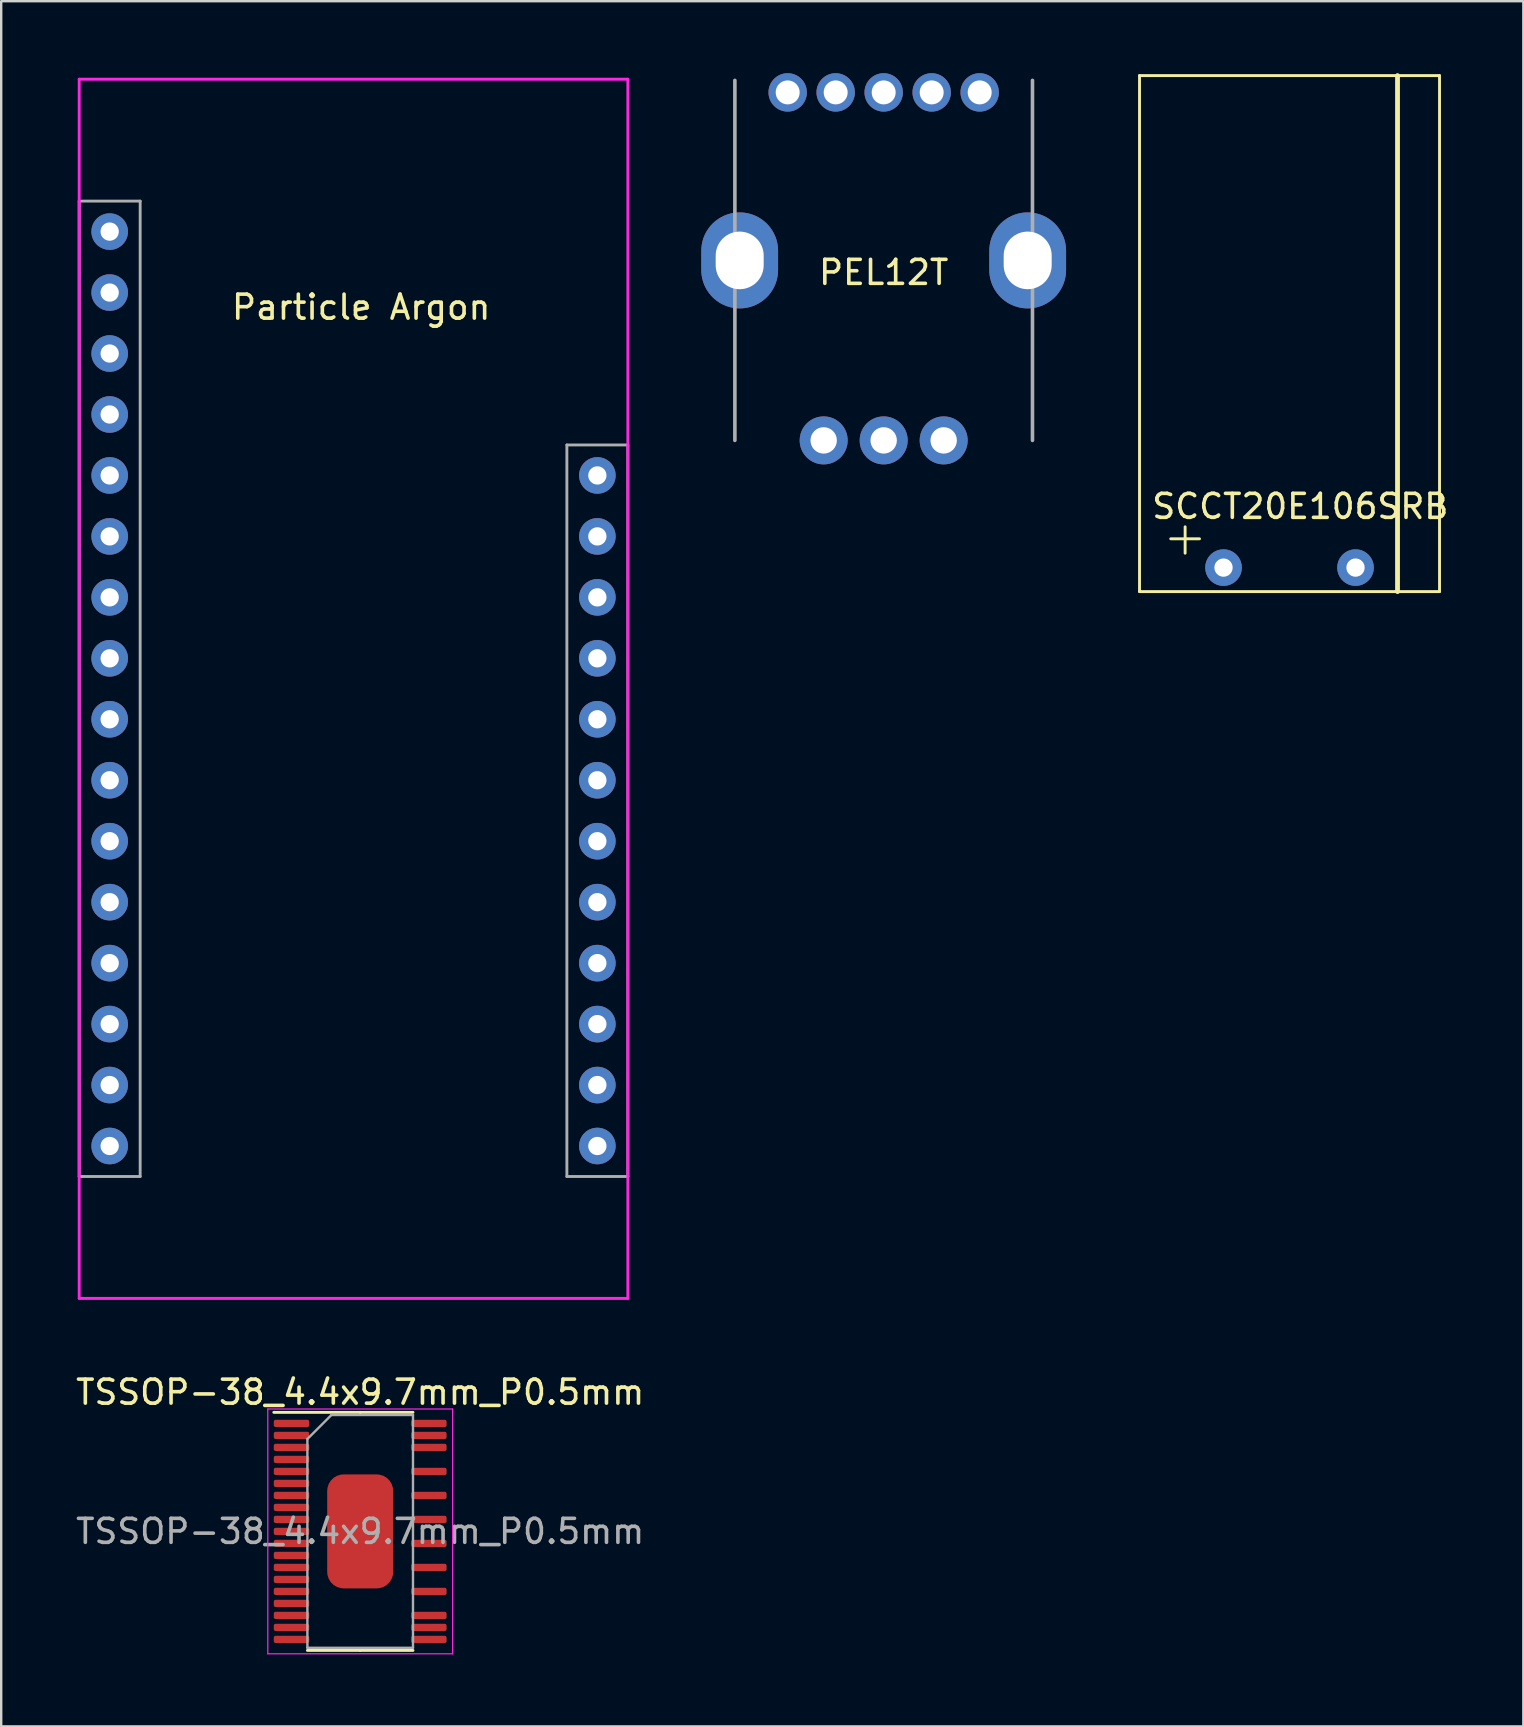
<source format=kicad_pcb>
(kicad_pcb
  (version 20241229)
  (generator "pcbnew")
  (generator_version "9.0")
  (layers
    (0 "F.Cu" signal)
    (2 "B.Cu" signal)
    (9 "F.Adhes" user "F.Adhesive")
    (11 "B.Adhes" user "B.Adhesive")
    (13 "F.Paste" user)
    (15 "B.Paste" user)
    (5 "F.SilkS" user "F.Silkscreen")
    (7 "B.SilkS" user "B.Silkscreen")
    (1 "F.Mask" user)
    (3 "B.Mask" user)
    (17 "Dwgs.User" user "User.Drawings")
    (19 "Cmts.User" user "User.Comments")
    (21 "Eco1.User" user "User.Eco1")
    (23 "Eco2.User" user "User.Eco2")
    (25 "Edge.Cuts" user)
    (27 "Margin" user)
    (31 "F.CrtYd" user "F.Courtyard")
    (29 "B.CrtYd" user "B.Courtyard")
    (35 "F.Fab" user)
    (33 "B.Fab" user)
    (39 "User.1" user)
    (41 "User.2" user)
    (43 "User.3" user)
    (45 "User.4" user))
  (footprint "Particle Argon"
    (layer "F.Cu")
    (at 0.25 0.25)
    (property "Reference" "Particle Argon" (at 11.75 9.5 0) (layer "F.SilkS") (effects (font (size 1 1) (thickness 0.15))))
    (attr through_hole)
    (fp_line (start 0 0) (end 22.86 0) (stroke (width 0.12) (type solid)) (layer "F.CrtYd"))
    (fp_line (start 0 50.8) (end 0 0) (stroke (width 0.12) (type solid)) (layer "F.CrtYd"))
    (fp_line (start 0 50.8) (end 22.86 50.8) (stroke (width 0.12) (type solid)) (layer "F.CrtYd"))
    (fp_line (start 22.86 50.8) (end 22.86 0) (stroke (width 0.12) (type solid)) (layer "F.CrtYd"))
    (fp_line (start 0 5.08) (end 2.54 5.08) (stroke (width 0.12) (type solid)) (layer "F.Fab"))
    (fp_line (start 0 45.72) (end 0 5.08) (stroke (width 0.12) (type solid)) (layer "F.Fab"))
    (fp_line (start 2.54 5.08) (end 2.54 45.72) (stroke (width 0.12) (type solid)) (layer "F.Fab"))
    (fp_line (start 2.54 45.72) (end 0 45.72) (stroke (width 0.12) (type solid)) (layer "F.Fab"))
    (fp_line (start 20.32 15.24) (end 22.86 15.24) (stroke (width 0.12) (type solid)) (layer "F.Fab"))
    (fp_line (start 20.32 45.72) (end 20.32 15.24) (stroke (width 0.12) (type solid)) (layer "F.Fab"))
    (fp_line (start 22.86 15.24) (end 22.86 45.72) (stroke (width 0.12) (type solid)) (layer "F.Fab"))
    (fp_line (start 22.86 45.72) (end 20.32 45.72) (stroke (width 0.12) (type solid)) (layer "F.Fab"))
    (pad "3V3" thru_hole circle (at 1.27 8.89) (size 1.524 1.524) (drill 0.762) (layers "*.Cu" "*.Mask"))
    (pad "A0" thru_hole circle (at 1.27 16.51) (size 1.524 1.524) (drill 0.762) (layers "*.Cu" "*.Mask"))
    (pad "A1" thru_hole circle (at 1.27 19.05) (size 1.524 1.524) (drill 0.762) (layers "*.Cu" "*.Mask"))
    (pad "A2" thru_hole circle (at 1.27 21.59) (size 1.524 1.524) (drill 0.762) (layers "*.Cu" "*.Mask"))
    (pad "A3" thru_hole circle (at 1.27 24.13) (size 1.524 1.524) (drill 0.762) (layers "*.Cu" "*.Mask"))
    (pad "A4" thru_hole circle (at 1.27 26.67) (size 1.524 1.524) (drill 0.762) (layers "*.Cu" "*.Mask"))
    (pad "A5" thru_hole circle (at 1.27 29.21) (size 1.524 1.524) (drill 0.762) (layers "*.Cu" "*.Mask"))
    (pad "D2" thru_hole circle (at 21.59 39.37) (size 1.524 1.524) (drill 0.762) (layers "*.Cu" "*.Mask"))
    (pad "D3" thru_hole circle (at 21.59 36.83) (size 1.524 1.524) (drill 0.762) (layers "*.Cu" "*.Mask"))
    (pad "D4" thru_hole circle (at 21.59 34.29) (size 1.524 1.524) (drill 0.762) (layers "*.Cu" "*.Mask"))
    (pad "D5" thru_hole circle (at 21.59 31.75) (size 1.524 1.524) (drill 0.762) (layers "*.Cu" "*.Mask"))
    (pad "D6" thru_hole circle (at 21.59 29.21) (size 1.524 1.524) (drill 0.762) (layers "*.Cu" "*.Mask"))
    (pad "D7" thru_hole circle (at 21.59 26.67) (size 1.524 1.524) (drill 0.762) (layers "*.Cu" "*.Mask"))
    (pad "D8" thru_hole circle (at 21.59 24.13) (size 1.524 1.524) (drill 0.762) (layers "*.Cu" "*.Mask"))
    (pad "EN" thru_hole circle (at 21.59 19.05) (size 1.524 1.524) (drill 0.762) (layers "*.Cu" "*.Mask"))
    (pad "GND" thru_hole circle (at 1.27 13.97) (size 1.524 1.524) (drill 0.762) (layers "*.Cu" "*.Mask"))
    (pad "LI+" thru_hole circle (at 21.59 16.51) (size 1.524 1.524) (drill 0.762) (layers "*.Cu" "*.Mask"))
    (pad "MD" thru_hole circle (at 1.27 11.43) (size 1.524 1.524) (drill 0.762) (layers "*.Cu" "*.Mask"))
    (pad "MI" thru_hole circle (at 1.27 36.83) (size 1.524 1.524) (drill 0.762) (layers "*.Cu" "*.Mask"))
    (pad "MO" thru_hole circle (at 1.27 34.29) (size 1.524 1.524) (drill 0.762) (layers "*.Cu" "*.Mask"))
    (pad "NC" thru_hole circle (at 1.27 44.45) (size 1.524 1.524) (drill 0.762) (layers "*.Cu" "*.Mask"))
    (pad "RST" thru_hole circle (at 1.27 6.35) (size 1.524 1.524) (drill 0.762) (layers "*.Cu" "*.Mask"))
    (pad "RX" thru_hole circle (at 1.27 39.37) (size 1.524 1.524) (drill 0.762) (layers "*.Cu" "*.Mask"))
    (pad "SCK" thru_hole circle (at 1.27 31.75) (size 1.524 1.524) (drill 0.762) (layers "*.Cu" "*.Mask"))
    (pad "SCL" thru_hole circle (at 21.59 41.91) (size 1.524 1.524) (drill 0.762) (layers "*.Cu" "*.Mask"))
    (pad "SDA" thru_hole circle (at 21.59 44.45) (size 1.524 1.524) (drill 0.762) (layers "*.Cu" "*.Mask"))
    (pad "TX" thru_hole circle (at 1.27 41.91) (size 1.524 1.524) (drill 0.762) (layers "*.Cu" "*.Mask"))
    (pad "VBUS" thru_hole circle (at 21.59 21.59) (size 1.524 1.524) (drill 0.762) (layers "*.Cu" "*.Mask")))
  (footprint "TSSOP-38_4.4x9.7mm_P0.5mm"
    (layer "F.Cu")
    (at 11.958 60.758)
    (property "Reference" "TSSOP-38_4.4x9.7mm_P0.5mm" (at 0 -5.8 0) (layer "F.SilkS") (effects (font (size 1 1) (thickness 0.15))))
    (attr smd)
    (fp_line (start 0 -4.96) (end -3.6 -4.96) (stroke (width 0.12) (type solid)) (layer "F.SilkS"))
    (fp_line (start 0 -4.96) (end 2.2 -4.96) (stroke (width 0.12) (type solid)) (layer "F.SilkS"))
    (fp_line (start 0 4.96) (end -2.2 4.96) (stroke (width 0.12) (type solid)) (layer "F.SilkS"))
    (fp_line (start 0 4.96) (end 2.2 4.96) (stroke (width 0.12) (type solid)) (layer "F.SilkS"))
    (fp_line (start -3.85 -5.1) (end -3.85 5.1) (stroke (width 0.05) (type solid)) (layer "F.CrtYd"))
    (fp_line (start -3.85 5.1) (end 3.85 5.1) (stroke (width 0.05) (type solid)) (layer "F.CrtYd"))
    (fp_line (start 3.85 -5.1) (end -3.85 -5.1) (stroke (width 0.05) (type solid)) (layer "F.CrtYd"))
    (fp_line (start 3.85 5.1) (end 3.85 -5.1) (stroke (width 0.05) (type solid)) (layer "F.CrtYd"))
    (fp_line (start -2.2 -3.85) (end -1.2 -4.85) (stroke (width 0.1) (type solid)) (layer "F.Fab"))
    (fp_line (start -2.2 4.85) (end -2.2 -3.85) (stroke (width 0.1) (type solid)) (layer "F.Fab"))
    (fp_line (start -1.2 -4.85) (end 2.2 -4.85) (stroke (width 0.1) (type solid)) (layer "F.Fab"))
    (fp_line (start 2.2 -4.85) (end 2.2 4.85) (stroke (width 0.1) (type solid)) (layer "F.Fab"))
    (fp_line (start 2.2 4.85) (end -2.2 4.85) (stroke (width 0.1) (type solid)) (layer "F.Fab"))
    (fp_text user "${REFERENCE}" (at 0 0 0) (layer "F.Fab") (effects (font (size 1 1) (thickness 0.15))))
    (pad "1" smd roundrect (at -2.862 -4.5) (size 1.475 0.3) (layers "F.Cu" "F.Mask" "F.Paste") (roundrect_rratio 0.25))
    (pad "2" smd roundrect (at -2.862 -4) (size 1.475 0.3) (layers "F.Cu" "F.Mask" "F.Paste") (roundrect_rratio 0.25))
    (pad "3" smd roundrect (at -2.862 -3.5) (size 1.475 0.3) (layers "F.Cu" "F.Mask" "F.Paste") (roundrect_rratio 0.25))
    (pad "4" smd roundrect (at -2.862 -3) (size 1.475 0.3) (layers "F.Cu" "F.Mask" "F.Paste") (roundrect_rratio 0.25))
    (pad "5" smd roundrect (at -2.862 -2.5) (size 1.475 0.3) (layers "F.Cu" "F.Mask" "F.Paste") (roundrect_rratio 0.25))
    (pad "6" smd roundrect (at -2.862 -2) (size 1.475 0.3) (layers "F.Cu" "F.Mask" "F.Paste") (roundrect_rratio 0.25))
    (pad "7" smd roundrect (at -2.862 -1.5) (size 1.475 0.3) (layers "F.Cu" "F.Mask" "F.Paste") (roundrect_rratio 0.25))
    (pad "8" smd roundrect (at -2.862 -1) (size 1.475 0.3) (layers "F.Cu" "F.Mask" "F.Paste") (roundrect_rratio 0.25))
    (pad "9" smd roundrect (at -2.862 -0.5) (size 1.475 0.3) (layers "F.Cu" "F.Mask" "F.Paste") (roundrect_rratio 0.25))
    (pad "10" smd roundrect (at -2.862 0) (size 1.475 0.3) (layers "F.Cu" "F.Mask" "F.Paste") (roundrect_rratio 0.25))
    (pad "11" smd roundrect (at -2.862 0.5) (size 1.475 0.3) (layers "F.Cu" "F.Mask" "F.Paste") (roundrect_rratio 0.25))
    (pad "12" smd roundrect (at -2.862 1) (size 1.475 0.3) (layers "F.Cu" "F.Mask" "F.Paste") (roundrect_rratio 0.25))
    (pad "13" smd roundrect (at -2.862 1.5) (size 1.475 0.3) (layers "F.Cu" "F.Mask" "F.Paste") (roundrect_rratio 0.25))
    (pad "14" smd roundrect (at -2.862 2) (size 1.475 0.3) (layers "F.Cu" "F.Mask" "F.Paste") (roundrect_rratio 0.25))
    (pad "15" smd roundrect (at -2.862 2.5) (size 1.475 0.3) (layers "F.Cu" "F.Mask" "F.Paste") (roundrect_rratio 0.25))
    (pad "16" smd roundrect (at -2.862 3) (size 1.475 0.3) (layers "F.Cu" "F.Mask" "F.Paste") (roundrect_rratio 0.25))
    (pad "17" smd roundrect (at -2.862 3.5) (size 1.475 0.3) (layers "F.Cu" "F.Mask" "F.Paste") (roundrect_rratio 0.25))
    (pad "18" smd roundrect (at -2.862 4) (size 1.475 0.3) (layers "F.Cu" "F.Mask" "F.Paste") (roundrect_rratio 0.25))
    (pad "19" smd roundrect (at -2.862 4.5) (size 1.475 0.3) (layers "F.Cu" "F.Mask" "F.Paste") (roundrect_rratio 0.25))
    (pad "20" smd roundrect (at 2.862 4.5) (size 1.475 0.3) (layers "F.Cu" "F.Mask" "F.Paste") (roundrect_rratio 0.25))
    (pad "21" smd roundrect (at 2.862 4) (size 1.475 0.3) (layers "F.Cu" "F.Mask" "F.Paste") (roundrect_rratio 0.25))
    (pad "22" smd roundrect (at 2.862 3.5) (size 1.475 0.3) (layers "F.Cu" "F.Mask" "F.Paste") (roundrect_rratio 0.25))
    (pad "24" smd roundrect (at 2.862 2.5) (size 1.475 0.3) (layers "F.Cu" "F.Mask" "F.Paste") (roundrect_rratio 0.25))
    (pad "26" smd roundrect (at 2.862 1.5) (size 1.475 0.3) (layers "F.Cu" "F.Mask" "F.Paste") (roundrect_rratio 0.25))
    (pad "28" smd roundrect (at 2.862 0.5) (size 1.475 0.3) (layers "F.Cu" "F.Mask" "F.Paste") (roundrect_rratio 0.25))
    (pad "30" smd roundrect (at 2.862 -0.5) (size 1.475 0.3) (layers "F.Cu" "F.Mask" "F.Paste") (roundrect_rratio 0.25))
    (pad "32" smd roundrect (at 2.862 -1.5) (size 1.475 0.3) (layers "F.Cu" "F.Mask" "F.Paste") (roundrect_rratio 0.25))
    (pad "34" smd roundrect (at 2.862 -2.5) (size 1.475 0.3) (layers "F.Cu" "F.Mask" "F.Paste") (roundrect_rratio 0.25))
    (pad "36" smd roundrect (at 2.862 -3.5) (size 1.475 0.3) (layers "F.Cu" "F.Mask" "F.Paste") (roundrect_rratio 0.25))
    (pad "37" smd roundrect (at 2.862 -4) (size 1.475 0.3) (layers "F.Cu" "F.Mask" "F.Paste") (roundrect_rratio 0.25))
    (pad "38" smd roundrect (at 2.862 -4.5) (size 1.475 0.3) (layers "F.Cu" "F.Mask" "F.Paste") (roundrect_rratio 0.25))
    (pad "39" smd roundrect (at 0 0) (size 2.75 4.75) (layers "F.Cu" "F.Mask" "F.Paste") (roundrect_rratio 0.25)))
  (footprint "PEL12T"
    (layer "F.Cu")
    (at 33.77 7.8)
    (property "Reference" "PEL12T" (at 0 0.5 0) (layer "F.SilkS") (effects (font (size 1 1) (thickness 0.15))))
    (attr through_hole)
    (fp_line (start -6.2 -7.5) (end -6.2 7.5) (stroke (width 0.15) (type solid)) (layer "F.Fab"))
    (fp_line (start 6.2 -7.5) (end 6.2 7.5) (stroke (width 0.15) (type solid)) (layer "F.Fab"))
    (pad "0" thru_hole oval (at -6 0) (size 3.2 4) (drill oval 2 2.4) (layers "*.Cu" "*.Mask"))
    (pad "0" thru_hole oval (at 6 0) (size 3.2 4) (drill oval 2 2.4) (layers "*.Cu" "*.Mask"))
    (pad "1" thru_hole circle (at -4 -7) (size 1.6 1.6) (drill 1) (layers "*.Cu" "*.Mask"))
    (pad "2" thru_hole circle (at -2 -7) (size 1.6 1.6) (drill 1) (layers "*.Cu" "*.Mask"))
    (pad "3" thru_hole circle (at 0 -7) (size 1.6 1.6) (drill 1) (layers "*.Cu" "*.Mask"))
    (pad "4" thru_hole circle (at 2 -7) (size 1.6 1.6) (drill 1) (layers "*.Cu" "*.Mask"))
    (pad "5" thru_hole circle (at 4 -7) (size 1.6 1.6) (drill 1) (layers "*.Cu" "*.Mask"))
    (pad "A" thru_hole circle (at -2.5 7.5) (size 2 2) (drill 1.1) (layers "*.Cu" "*.Mask"))
    (pad "B" thru_hole circle (at 2.5 7.5) (size 2 2) (drill 1.1) (layers "*.Cu" "*.Mask"))
    (pad "C" thru_hole circle (at 0 7.5) (size 2 2) (drill 1.1) (layers "*.Cu" "*.Mask")))
  (footprint "SCCT20E106SRB"
    (layer "F.Cu")
    (at 50.68 20.6)
    (property "Reference" "SCCT20E106SRB" (at 0.45 -2.55 0) (layer "F.SilkS") (effects (font (size 1 1) (thickness 0.15))))
    (attr through_hole)
    (fp_line (start -6.25 -20.5) (end -6.25 1) (stroke (width 0.12) (type solid)) (layer "F.SilkS"))
    (fp_line (start -6.25 1) (end 6.25 1) (stroke (width 0.12) (type solid)) (layer "F.SilkS"))
    (fp_line (start -4.95 -1.2) (end -3.75 -1.2) (stroke (width 0.12) (type solid)) (layer "F.SilkS"))
    (fp_line (start -4.35 -1.7) (end -4.35 -0.6) (stroke (width 0.12) (type solid)) (layer "F.SilkS"))
    (fp_line (start 4.5 -20.5) (end 4.5 1) (stroke (width 0.2) (type solid)) (layer "F.SilkS"))
    (fp_line (start 6.25 -20.5) (end -6.25 -20.5) (stroke (width 0.12) (type solid)) (layer "F.SilkS"))
    (fp_line (start 6.25 1) (end 6.25 -20.5) (stroke (width 0.12) (type solid)) (layer "F.SilkS"))
    (pad "1" thru_hole circle (at -2.75 0) (size 1.524 1.524) (drill 0.762) (layers "*.Cu" "*.Mask"))
    (pad "2" thru_hole circle (at 2.75 0) (size 1.524 1.524) (drill 0.762) (layers "*.Cu" "*.Mask")))
  (gr_rect
    (start -3 -3)
    (end 60.422 68.883)
    (stroke (width 0.1) (type default))
    (fill no)
    (layer "Edge.Cuts")))
</source>
